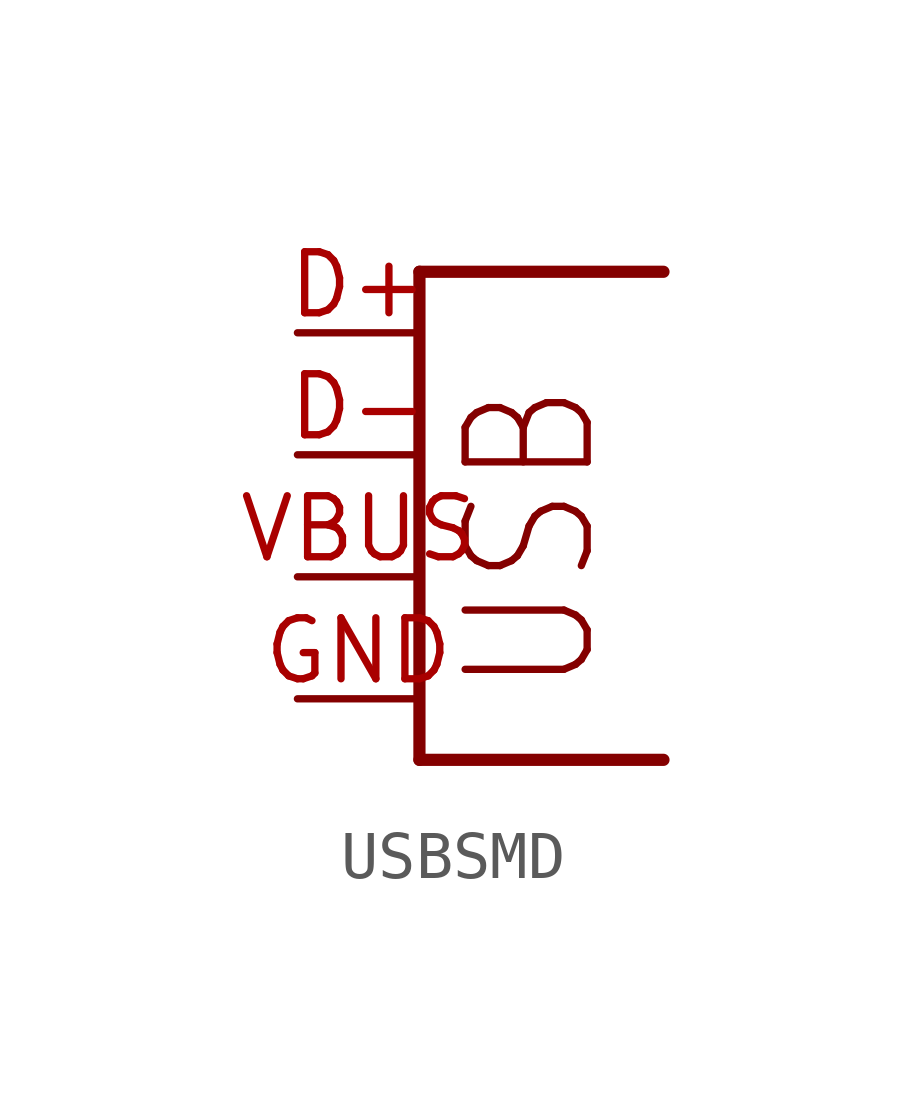
<source format=kicad_sym>
(kicad_symbol_lib
  (version 20231120)
  (generator "kicad_symbol_editor")
  (generator_version "8.0")
  (symbol "USBSMD"
    (property "Reference" "JP"
      (at 0 0 0)
      (effects (font (size 1.27 1.27)) (hide yes)))
    (property "ki_locked" ""
      (at 0 0 0)
      (effects (font (size 1.27 1.27))))
    (symbol "USBSMD_1_0"
      (polyline (pts (xy 0 -1.27) (xy 5.08 -1.27)) (stroke (width 0.254) (type solid)) (fill (type none)))
      (polyline (pts (xy 0 8.89) (xy 0 -1.27)) (stroke (width 0.254) (type solid)) (fill (type none)))
      (polyline (pts (xy 5.08 8.89) (xy 0 8.89)) (stroke (width 0.254) (type solid)) (fill (type none)))
      (text "USB" (at 3.81 0 900) (effects (font (size 2.54 2.159)) (justify left bottom)))
      (pin bidirectional line (at -2.54 7.62 0) (length 2.54) (name "D+" (effects (font (size 0 0)))) (number "D+" (effects (font (size 1.27 1.27)))))
      (pin bidirectional line (at -2.54 5.08 0) (length 2.54) (name "D-" (effects (font (size 0 0)))) (number "D-" (effects (font (size 1.27 1.27)))))
      (pin bidirectional line (at -2.54 0 0) (length 2.54) (name "GND" (effects (font (size 0 0)))) (number "GND" (effects (font (size 1.27 1.27)))))
      (pin bidirectional line (at -2.54 2.54 0) (length 2.54) (name "VBUS" (effects (font (size 0 0)))) (number "VBUS" (effects (font (size 1.27 1.27))))))))
</source>
